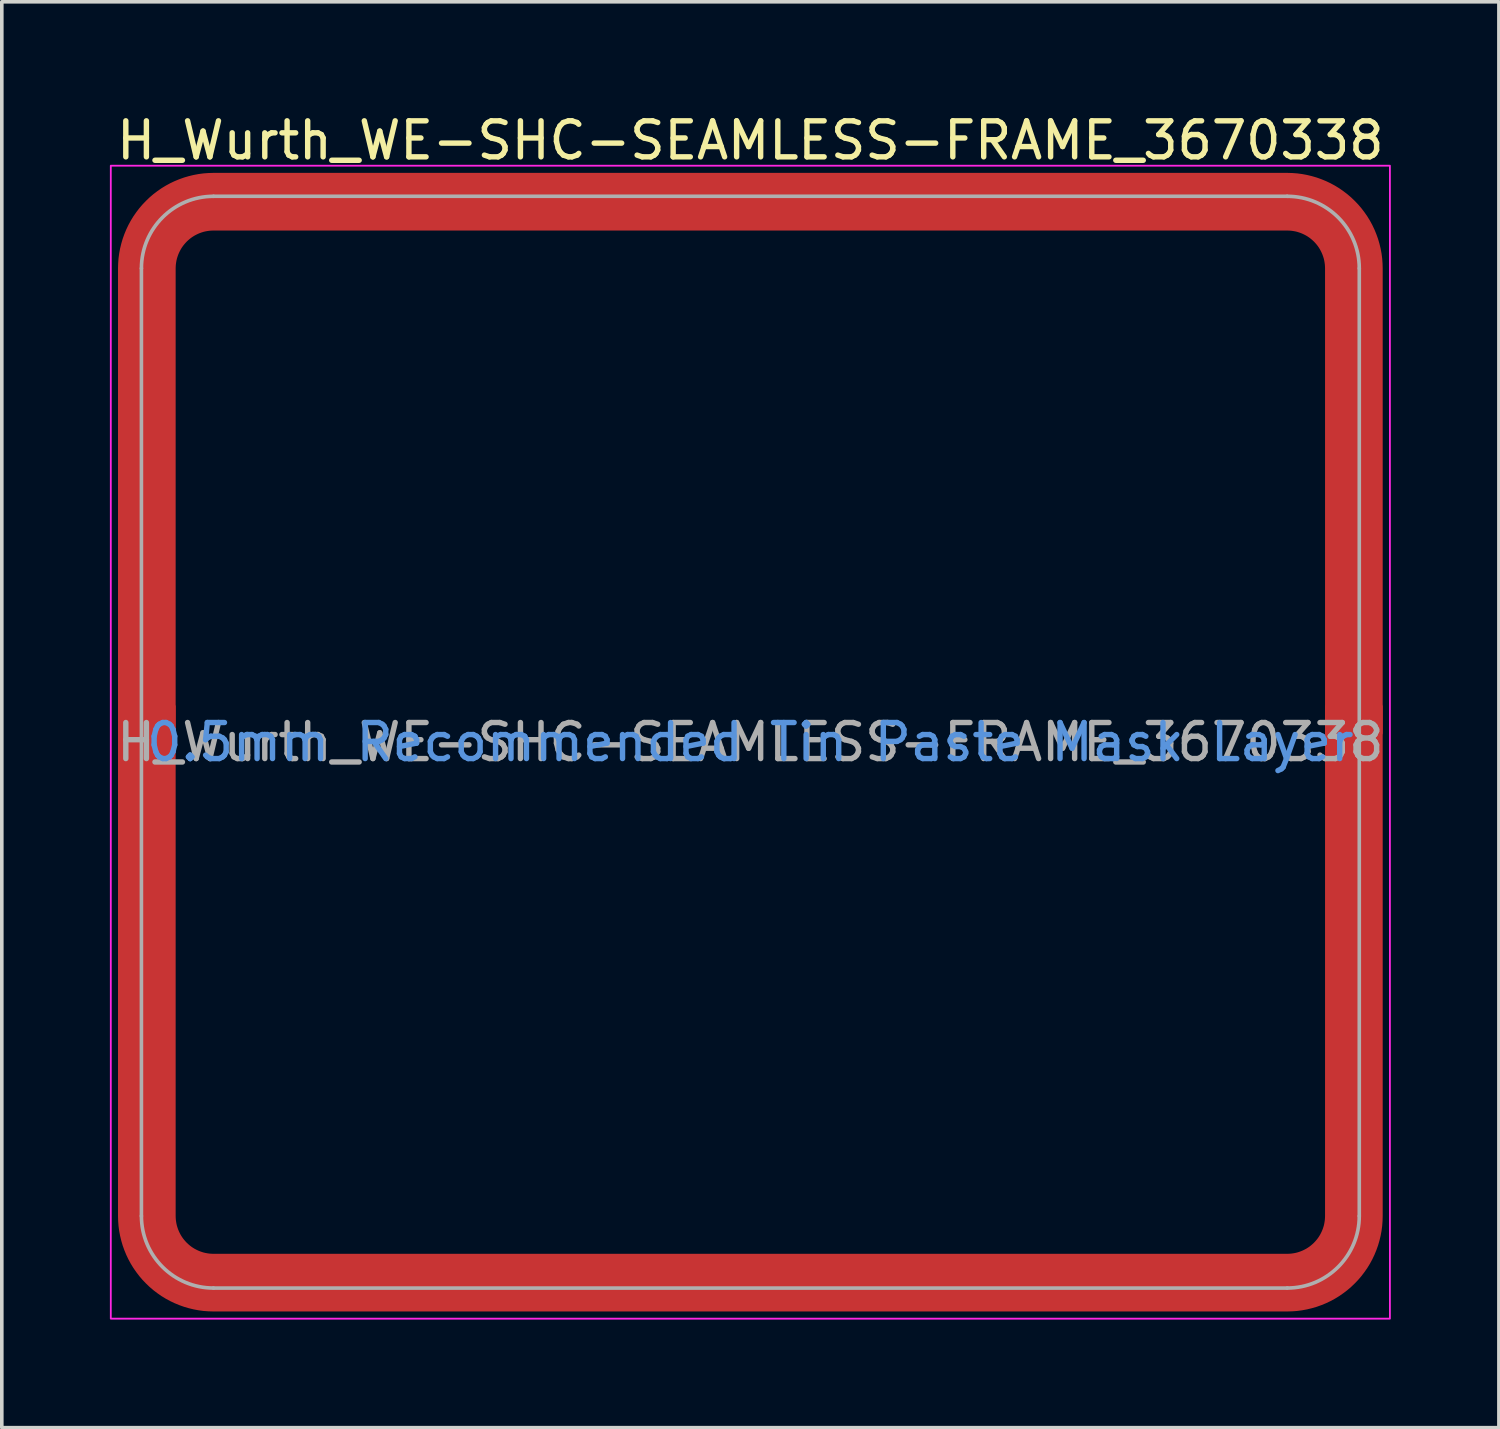
<source format=kicad_pcb>
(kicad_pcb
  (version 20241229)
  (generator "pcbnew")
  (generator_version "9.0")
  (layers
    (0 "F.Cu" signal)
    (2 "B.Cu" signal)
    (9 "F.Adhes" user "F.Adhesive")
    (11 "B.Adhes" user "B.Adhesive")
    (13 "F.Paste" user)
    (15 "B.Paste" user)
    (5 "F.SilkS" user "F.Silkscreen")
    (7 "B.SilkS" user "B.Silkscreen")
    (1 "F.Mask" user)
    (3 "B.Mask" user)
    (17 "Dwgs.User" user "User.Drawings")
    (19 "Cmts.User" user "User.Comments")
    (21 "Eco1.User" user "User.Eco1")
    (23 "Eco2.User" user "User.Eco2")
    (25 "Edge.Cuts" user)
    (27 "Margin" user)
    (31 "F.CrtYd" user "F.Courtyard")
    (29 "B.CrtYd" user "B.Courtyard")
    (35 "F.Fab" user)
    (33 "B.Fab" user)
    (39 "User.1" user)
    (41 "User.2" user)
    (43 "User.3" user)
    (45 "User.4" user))
  (footprint "H_Wurth_WE-SHC-SEAMLESS-FRAME_3670338"
    (layer "F.Cu")
    (at 17.775 17.548)
    (property "Reference" "H_Wurth_WE-SHC-SEAMLESS-FRAME_3670338" (at 0 -16.7 0) (unlocked yes) (layer "F.SilkS") (effects (font (size 1 1) (thickness 0.15))))
    (attr smd)
    (fp_poly (pts (xy -16 -0.25) (xy -17.5 -0.25) (xy -17.5 -13.15) (xy -17.496 -13.286) (xy -17.486 -13.422) (xy -17.468 -13.557) (xy -17.443 -13.691) (xy -17.411 -13.823) (xy -17.373 -13.953) (xy -17.327 -14.082) (xy -17.275 -14.208) (xy -17.217 -14.33) (xy -17.152 -14.45) (xy -17.081 -14.566) (xy -17.003 -14.678) (xy -16.921 -14.786) (xy -16.832 -14.89) (xy -16.738 -14.988) (xy -16.64 -15.082) (xy -16.536 -15.171) (xy -16.428 -15.253) (xy -16.316 -15.331) (xy -16.2 -15.402) (xy -16.08 -15.467) (xy -15.958 -15.525) (xy -15.832 -15.577) (xy -15.703 -15.623) (xy -15.573 -15.661) (xy -15.441 -15.693) (xy -15.307 -15.718) (xy -15.172 -15.736) (xy -15.036 -15.746) (xy -14.9 -15.75) (xy 14.9 -15.75) (xy 15.036 -15.746) (xy 15.172 -15.736) (xy 15.307 -15.718) (xy 15.441 -15.693) (xy 15.573 -15.661) (xy 15.703 -15.623) (xy 15.832 -15.577) (xy 15.958 -15.525) (xy 16.08 -15.467) (xy 16.2 -15.402) (xy 16.316 -15.331) (xy 16.428 -15.253) (xy 16.536 -15.171) (xy 16.64 -15.082) (xy 16.738 -14.988) (xy 16.832 -14.89) (xy 16.921 -14.786) (xy 17.003 -14.678) (xy 17.081 -14.566) (xy 17.152 -14.45) (xy 17.217 -14.33) (xy 17.275 -14.208) (xy 17.327 -14.082) (xy 17.373 -13.953) (xy 17.411 -13.823) (xy 17.443 -13.691) (xy 17.468 -13.557) (xy 17.486 -13.422) (xy 17.496 -13.286) (xy 17.5 -13.15) (xy 17.5 -0.25) (xy 16 -0.25) (xy 16 -13.15) (xy 15.998 -13.208) (xy 15.994 -13.265) (xy 15.986 -13.322) (xy 15.976 -13.379) (xy 15.963 -13.435) (xy 15.946 -13.49) (xy 15.927 -13.544) (xy 15.905 -13.597) (xy 15.88 -13.649) (xy 15.853 -13.7) (xy 15.823 -13.749) (xy 15.79 -13.797) (xy 15.755 -13.842) (xy 15.717 -13.886) (xy 15.678 -13.928) (xy 15.636 -13.967) (xy 15.592 -14.005) (xy 15.547 -14.04) (xy 15.499 -14.073) (xy 15.45 -14.103) (xy 15.399 -14.13) (xy 15.347 -14.155) (xy 15.294 -14.177) (xy 15.24 -14.196) (xy 15.185 -14.213) (xy 15.129 -14.226) (xy 15.072 -14.236) (xy 15.015 -14.244) (xy 14.958 -14.248) (xy 14.9 -14.25) (xy -14.9 -14.25) (xy -14.958 -14.248) (xy -15.015 -14.244) (xy -15.072 -14.236) (xy -15.129 -14.226) (xy -15.185 -14.213) (xy -15.24 -14.196) (xy -15.294 -14.177) (xy -15.347 -14.155) (xy -15.399 -14.13) (xy -15.45 -14.103) (xy -15.499 -14.073) (xy -15.547 -14.04) (xy -15.592 -14.005) (xy -15.636 -13.967) (xy -15.678 -13.928) (xy -15.717 -13.886) (xy -15.755 -13.842) (xy -15.79 -13.797) (xy -15.823 -13.749) (xy -15.853 -13.7) (xy -15.88 -13.649) (xy -15.905 -13.597) (xy -15.927 -13.544) (xy -15.946 -13.49) (xy -15.963 -13.435) (xy -15.976 -13.379) (xy -15.986 -13.322) (xy -15.994 -13.265) (xy -15.998 -13.208) (xy -16 -13.15) (xy -16 -0.25)) (stroke (width 0.1) (type solid)) (fill yes) (layer "F.Cu"))
    (fp_poly (pts (xy -16 -0.25) (xy -17.5 -0.25) (xy -17.5 -13.15) (xy -17.496 -13.286) (xy -17.486 -13.422) (xy -17.468 -13.557) (xy -17.443 -13.691) (xy -17.411 -13.823) (xy -17.373 -13.953) (xy -17.327 -14.082) (xy -17.275 -14.208) (xy -17.217 -14.33) (xy -17.152 -14.45) (xy -17.081 -14.566) (xy -17.003 -14.678) (xy -16.921 -14.786) (xy -16.832 -14.89) (xy -16.738 -14.988) (xy -16.64 -15.082) (xy -16.536 -15.171) (xy -16.428 -15.253) (xy -16.316 -15.331) (xy -16.2 -15.402) (xy -16.08 -15.467) (xy -15.958 -15.525) (xy -15.832 -15.577) (xy -15.703 -15.623) (xy -15.573 -15.661) (xy -15.441 -15.693) (xy -15.307 -15.718) (xy -15.172 -15.736) (xy -15.036 -15.746) (xy -14.9 -15.75) (xy 14.9 -15.75) (xy 15.036 -15.746) (xy 15.172 -15.736) (xy 15.307 -15.718) (xy 15.441 -15.693) (xy 15.573 -15.661) (xy 15.703 -15.623) (xy 15.832 -15.577) (xy 15.958 -15.525) (xy 16.08 -15.467) (xy 16.2 -15.402) (xy 16.316 -15.331) (xy 16.428 -15.253) (xy 16.536 -15.171) (xy 16.64 -15.082) (xy 16.738 -14.988) (xy 16.832 -14.89) (xy 16.921 -14.786) (xy 17.003 -14.678) (xy 17.081 -14.566) (xy 17.152 -14.45) (xy 17.217 -14.33) (xy 17.275 -14.208) (xy 17.327 -14.082) (xy 17.373 -13.953) (xy 17.411 -13.823) (xy 17.443 -13.691) (xy 17.468 -13.557) (xy 17.486 -13.422) (xy 17.496 -13.286) (xy 17.5 -13.15) (xy 17.5 -0.25) (xy 16 -0.25) (xy 16 -13.15) (xy 15.998 -13.208) (xy 15.994 -13.265) (xy 15.986 -13.322) (xy 15.976 -13.379) (xy 15.963 -13.435) (xy 15.946 -13.49) (xy 15.927 -13.544) (xy 15.905 -13.597) (xy 15.88 -13.649) (xy 15.853 -13.7) (xy 15.823 -13.749) (xy 15.79 -13.797) (xy 15.755 -13.842) (xy 15.717 -13.886) (xy 15.678 -13.928) (xy 15.636 -13.967) (xy 15.592 -14.005) (xy 15.547 -14.04) (xy 15.499 -14.073) (xy 15.45 -14.103) (xy 15.399 -14.13) (xy 15.347 -14.155) (xy 15.294 -14.177) (xy 15.24 -14.196) (xy 15.185 -14.213) (xy 15.129 -14.226) (xy 15.072 -14.236) (xy 15.015 -14.244) (xy 14.958 -14.248) (xy 14.9 -14.25) (xy -14.9 -14.25) (xy -14.958 -14.248) (xy -15.015 -14.244) (xy -15.072 -14.236) (xy -15.129 -14.226) (xy -15.185 -14.213) (xy -15.24 -14.196) (xy -15.294 -14.177) (xy -15.347 -14.155) (xy -15.399 -14.13) (xy -15.45 -14.103) (xy -15.499 -14.073) (xy -15.547 -14.04) (xy -15.592 -14.005) (xy -15.636 -13.967) (xy -15.678 -13.928) (xy -15.717 -13.886) (xy -15.755 -13.842) (xy -15.79 -13.797) (xy -15.823 -13.749) (xy -15.853 -13.7) (xy -15.88 -13.649) (xy -15.905 -13.597) (xy -15.927 -13.544) (xy -15.946 -13.49) (xy -15.963 -13.435) (xy -15.976 -13.379) (xy -15.986 -13.322) (xy -15.994 -13.265) (xy -15.998 -13.208) (xy -16 -13.15) (xy -16 -0.25)) (stroke (width 0.1) (type solid)) (fill yes) (layer "F.Mask"))
    (fp_poly (pts (xy -16 -0.25) (xy -17.5 -0.25) (xy -17.5 -13.15) (xy -17.496 -13.286) (xy -17.486 -13.422) (xy -17.468 -13.557) (xy -17.443 -13.691) (xy -17.411 -13.823) (xy -17.373 -13.953) (xy -17.327 -14.082) (xy -17.275 -14.208) (xy -17.217 -14.33) (xy -17.152 -14.45) (xy -17.081 -14.566) (xy -17.003 -14.678) (xy -16.921 -14.786) (xy -16.832 -14.89) (xy -16.738 -14.988) (xy -16.64 -15.082) (xy -16.536 -15.171) (xy -16.428 -15.253) (xy -16.316 -15.331) (xy -16.2 -15.402) (xy -16.08 -15.467) (xy -15.958 -15.525) (xy -15.832 -15.577) (xy -15.703 -15.623) (xy -15.573 -15.661) (xy -15.441 -15.693) (xy -15.307 -15.718) (xy -15.172 -15.736) (xy -15.036 -15.746) (xy -14.9 -15.75) (xy 14.9 -15.75) (xy 15.036 -15.746) (xy 15.172 -15.736) (xy 15.307 -15.718) (xy 15.441 -15.693) (xy 15.573 -15.661) (xy 15.703 -15.623) (xy 15.832 -15.577) (xy 15.958 -15.525) (xy 16.08 -15.467) (xy 16.2 -15.402) (xy 16.316 -15.331) (xy 16.428 -15.253) (xy 16.536 -15.171) (xy 16.64 -15.082) (xy 16.738 -14.988) (xy 16.832 -14.89) (xy 16.921 -14.786) (xy 17.003 -14.678) (xy 17.081 -14.566) (xy 17.152 -14.45) (xy 17.217 -14.33) (xy 17.275 -14.208) (xy 17.327 -14.082) (xy 17.373 -13.953) (xy 17.411 -13.823) (xy 17.443 -13.691) (xy 17.468 -13.557) (xy 17.486 -13.422) (xy 17.496 -13.286) (xy 17.5 -13.15) (xy 17.5 -0.25) (xy 16 -0.25) (xy 16 -13.15) (xy 15.998 -13.208) (xy 15.994 -13.265) (xy 15.986 -13.322) (xy 15.976 -13.379) (xy 15.963 -13.435) (xy 15.946 -13.49) (xy 15.927 -13.544) (xy 15.905 -13.597) (xy 15.88 -13.649) (xy 15.853 -13.7) (xy 15.823 -13.749) (xy 15.79 -13.797) (xy 15.755 -13.842) (xy 15.717 -13.886) (xy 15.678 -13.928) (xy 15.636 -13.967) (xy 15.592 -14.005) (xy 15.547 -14.04) (xy 15.499 -14.073) (xy 15.45 -14.103) (xy 15.399 -14.13) (xy 15.347 -14.155) (xy 15.294 -14.177) (xy 15.24 -14.196) (xy 15.185 -14.213) (xy 15.129 -14.226) (xy 15.072 -14.236) (xy 15.015 -14.244) (xy 14.958 -14.248) (xy 14.9 -14.25) (xy -14.9 -14.25) (xy -14.958 -14.248) (xy -15.015 -14.244) (xy -15.072 -14.236) (xy -15.129 -14.226) (xy -15.185 -14.213) (xy -15.24 -14.196) (xy -15.294 -14.177) (xy -15.347 -14.155) (xy -15.399 -14.13) (xy -15.45 -14.103) (xy -15.499 -14.073) (xy -15.547 -14.04) (xy -15.592 -14.005) (xy -15.636 -13.967) (xy -15.678 -13.928) (xy -15.717 -13.886) (xy -15.755 -13.842) (xy -15.79 -13.797) (xy -15.823 -13.749) (xy -15.853 -13.7) (xy -15.88 -13.649) (xy -15.905 -13.597) (xy -15.927 -13.544) (xy -15.946 -13.49) (xy -15.963 -13.435) (xy -15.976 -13.379) (xy -15.986 -13.322) (xy -15.994 -13.265) (xy -15.998 -13.208) (xy -16 -13.15) (xy -16 -0.25)) (stroke (width 0.1) (type solid)) (fill yes) (layer "F.Paste"))
    (fp_rect (start -17.75 -16) (end 17.75 16) (stroke (width 0.05) (type solid)) (fill no) (layer "F.CrtYd"))
    (fp_line (start -16.9 13.15) (end -16.9 -13.15) (stroke (width 0.1) (type solid)) (layer "F.Fab"))
    (fp_line (start -14.9 -15.15) (end 14.9 -15.15) (stroke (width 0.1) (type solid)) (layer "F.Fab"))
    (fp_line (start -14.9 15.15) (end 14.9 15.15) (stroke (width 0.1) (type solid)) (layer "F.Fab"))
    (fp_line (start 16.9 13.15) (end 16.9 -13.15) (stroke (width 0.1) (type solid)) (layer "F.Fab"))
    (fp_arc (start -16.9 -13.15) (mid -16.314214 -14.564214) (end -14.9 -15.15) (stroke (width 0.1) (type default)) (layer "F.Fab"))
    (fp_arc (start -14.9 15.15) (mid -16.314214 14.564214) (end -16.9 13.15) (stroke (width 0.1) (type default)) (layer "F.Fab"))
    (fp_arc (start 14.9 -15.15) (mid 16.314214 -14.564214) (end 16.9 -13.15) (stroke (width 0.1) (type default)) (layer "F.Fab"))
    (fp_arc (start 16.9 13.15) (mid 16.314214 14.564214) (end 14.9 15.15) (stroke (width 0.1) (type default)) (layer "F.Fab"))
    (fp_text user "0.5mm Recommended Tin Paste Mask Layer" (at 0 0 0) (unlocked yes) (layer "Cmts.User") (effects (font (size 1 1) (thickness 0.15))))
    (fp_text user "${REFERENCE}" (at 0 0 0) (unlocked yes) (layer "F.Fab") (effects (font (size 1 1) (thickness 0.15))))
    (pad "1" smd custom (at 16.75 0) (size 1.5 26.3) (layers "F.Cu" "F.Mask" "F.Paste") (options (anchor rect)) (primitives (gr_poly (pts (xy -0.75 -1) (xy 0.75 -1) (xy 0.75 13.15) (xy 0.746 13.286) (xy 0.736 13.422) (xy 0.718 13.557) (xy 0.693 13.691) (xy 0.661 13.823) (xy 0.623 13.953) (xy 0.577 14.082) (xy 0.525 14.208) (xy 0.467 14.33) (xy 0.402 14.45) (xy 0.331 14.566) (xy 0.253 14.678) (xy 0.171 14.786) (xy 0.082 14.89) (xy -0.012 14.988) (xy -0.11 15.082) (xy -0.214 15.171) (xy -0.322 15.253) (xy -0.434 15.331) (xy -0.55 15.402) (xy -0.67 15.467) (xy -0.792 15.525) (xy -0.918 15.577) (xy -1.047 15.623) (xy -1.177 15.661) (xy -1.309 15.693) (xy -1.443 15.718) (xy -1.578 15.736) (xy -1.714 15.746) (xy -1.85 15.75) (xy -31.65 15.75) (xy -31.786 15.746) (xy -31.922 15.736) (xy -32.057 15.718) (xy -32.191 15.693) (xy -32.323 15.661) (xy -32.453 15.623) (xy -32.582 15.577) (xy -32.708 15.525) (xy -32.83 15.467) (xy -32.95 15.402) (xy -33.066 15.331) (xy -33.178 15.253) (xy -33.286 15.171) (xy -33.39 15.082) (xy -33.488 14.988) (xy -33.582 14.89) (xy -33.671 14.786) (xy -33.753 14.678) (xy -33.831 14.566) (xy -33.902 14.45) (xy -33.967 14.33) (xy -34.025 14.208) (xy -34.077 14.082) (xy -34.123 13.953) (xy -34.161 13.823) (xy -34.193 13.691) (xy -34.218 13.557) (xy -34.236 13.422) (xy -34.246 13.286) (xy -34.25 13.15) (xy -34.25 -1) (xy -32.75 -1) (xy -32.75 13.15) (xy -32.748 13.208) (xy -32.744 13.265) (xy -32.736 13.322) (xy -32.726 13.379) (xy -32.713 13.435) (xy -32.696 13.49) (xy -32.677 13.544) (xy -32.655 13.597) (xy -32.63 13.649) (xy -32.603 13.7) (xy -32.573 13.749) (xy -32.54 13.797) (xy -32.505 13.842) (xy -32.467 13.886) (xy -32.428 13.928) (xy -32.386 13.967) (xy -32.342 14.005) (xy -32.297 14.04) (xy -32.249 14.073) (xy -32.2 14.103) (xy -32.149 14.13) (xy -32.097 14.155) (xy -32.044 14.177) (xy -31.99 14.196) (xy -31.935 14.213) (xy -31.879 14.226) (xy -31.822 14.236) (xy -31.765 14.244) (xy -31.708 14.248) (xy -31.65 14.25) (xy -1.85 14.25) (xy -1.792 14.248) (xy -1.735 14.244) (xy -1.678 14.236) (xy -1.621 14.226) (xy -1.565 14.213) (xy -1.51 14.196) (xy -1.456 14.177) (xy -1.403 14.155) (xy -1.351 14.13) (xy -1.3 14.103) (xy -1.251 14.073) (xy -1.203 14.04) (xy -1.158 14.005) (xy -1.114 13.967) (xy -1.072 13.928) (xy -1.033 13.886) (xy -0.995 13.842) (xy -0.96 13.797) (xy -0.927 13.749) (xy -0.897 13.7) (xy -0.87 13.649) (xy -0.845 13.597) (xy -0.823 13.544) (xy -0.804 13.49) (xy -0.787 13.435) (xy -0.774 13.379) (xy -0.764 13.322) (xy -0.756 13.265) (xy -0.752 13.208) (xy -0.75 13.15) (xy -0.75 -1)) (width 0.1) (fill yes)))))
  (gr_rect
    (start -3 -3)
    (end 38.55 36.573)
    (stroke (width 0.1) (type default))
    (fill no)
    (layer "Edge.Cuts")))
</source>
